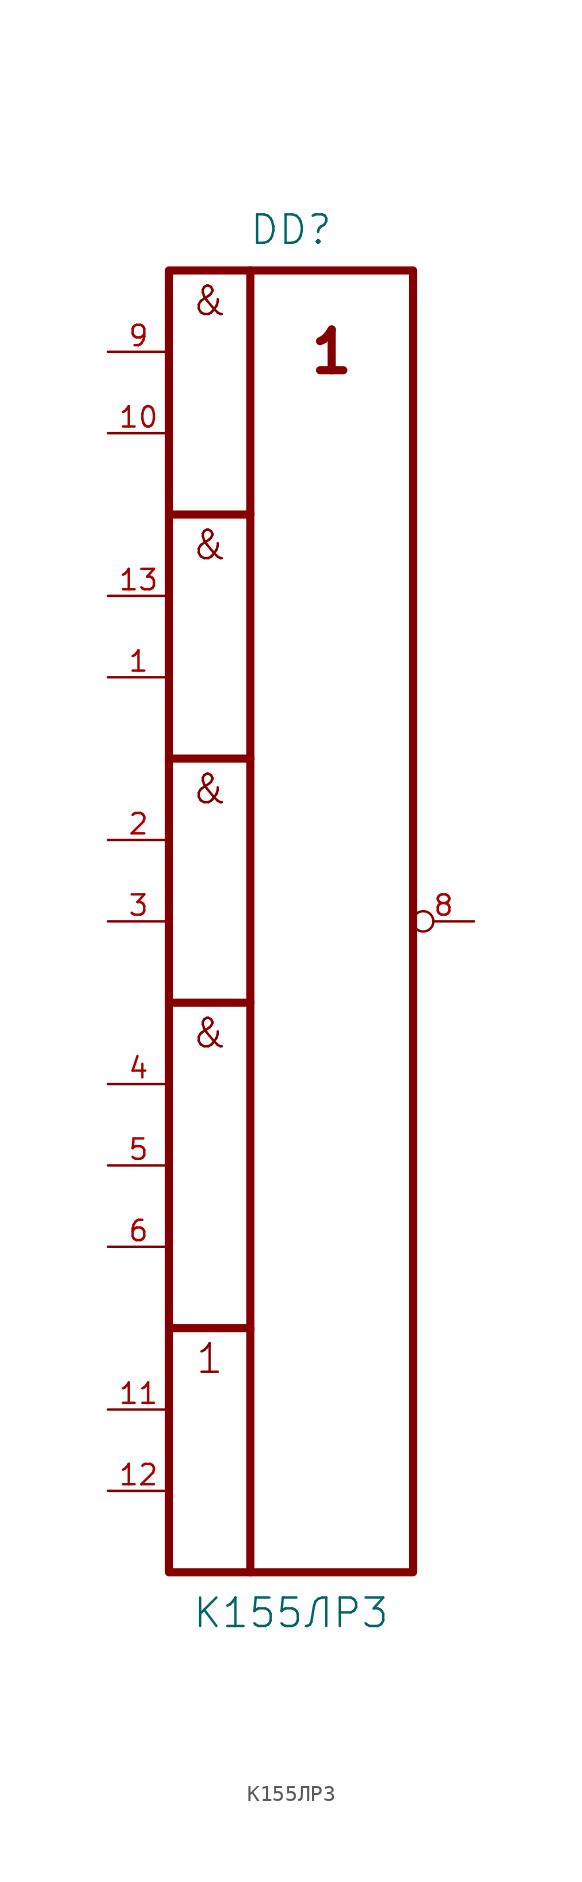
<source format=kicad_sym>
(kicad_symbol_lib
  (version 20211014)
  (generator kicad_symbol_editor)
  (symbol "К155ЛР3"
    (pin_names
      (offset 1.27))
    (property "Reference" "DD"
      (at 0 43.18 0)
      (effects (font (size 1.778 1.778))))
    (property "Value" "К155ЛР3"
      (at 0 -43.18 0)
      (effects (font (size 1.778 1.778))))
    (symbol "К155ЛР3_0_0"
      (text "&" (at -5.08 -6.985 0) (effects (font (size 1.778 1.778))))
      (text "&" (at -5.08 8.255 0) (effects (font (size 1.778 1.778))))
      (text "&" (at -5.08 23.495 0) (effects (font (size 1.778 1.778))))
      (text "&" (at -5.08 38.735 0) (effects (font (size 1.778 1.778))))
      (text "1" (at -5.08 -27.305 0) (effects (font (size 1.778 1.778))))
      (text "1" (at 2.54 35.56 0) (effects (font (size 2.54 2.54) bold))))
    (symbol "К155ЛР3_0_1"
      (rectangle (start -7.62 40.64) (end 7.62 -40.64) (stroke (width 0.508) (type default) (color 0 0 0 0)) (fill (type none)))
      (polyline (pts (xy -7.62 -25.4) (xy -2.54 -25.4)) (stroke (width 0.508) (type default) (color 0 0 0 0)) (fill (type none)))
      (polyline (pts (xy -7.62 -5.08) (xy -2.54 -5.08)) (stroke (width 0.508) (type default) (color 0 0 0 0)) (fill (type none)))
      (polyline (pts (xy -7.62 10.16) (xy -2.54 10.16)) (stroke (width 0.508) (type default) (color 0 0 0 0)) (fill (type none)))
      (polyline (pts (xy -7.62 25.4) (xy -2.54 25.4)) (stroke (width 0.508) (type default) (color 0 0 0 0)) (fill (type none)))
      (polyline (pts (xy -2.54 40.64) (xy -2.54 -40.64)) (stroke (width 0.508) (type default) (color 0 0 0 0)) (fill (type none)))
      (pin input line (at -11.43 15.24 0) (length 3.81) (name "~" (effects (font (size 1.778 1.778)))) (number "1" (effects (font (size 1.27 1.27)))))
      (pin input line (at -11.43 30.48 0) (length 3.81) (name "~" (effects (font (size 1.778 1.778)))) (number "10" (effects (font (size 1.27 1.27)))))
      (pin input line (at -11.43 -30.48 0) (length 3.81) (name "~" (effects (font (size 1.778 1.778)))) (number "11" (effects (font (size 1.27 1.27)))))
      (pin input line (at -11.43 -35.56 0) (length 3.81) (name "~" (effects (font (size 1.778 1.778)))) (number "12" (effects (font (size 1.27 1.27)))))
      (pin input line (at -11.43 20.32 0) (length 3.81) (name "~" (effects (font (size 1.778 1.778)))) (number "13" (effects (font (size 1.27 1.27)))))
      (pin power_in non_logic (at 11.43 38.1 180) (length 3.81) hide (name "VCC" (effects (font (size 1.27 1.27)))) (number "14" (effects (font (size 1.27 1.27)))))
      (pin input line (at -11.43 5.08 0) (length 3.81) (name "~" (effects (font (size 1.778 1.778)))) (number "2" (effects (font (size 1.27 1.27)))))
      (pin input line (at -11.43 0 0) (length 3.81) (name "~" (effects (font (size 1.778 1.778)))) (number "3" (effects (font (size 1.27 1.27)))))
      (pin input line (at -11.43 -10.16 0) (length 3.81) (name "~" (effects (font (size 1.778 1.778)))) (number "4" (effects (font (size 1.27 1.27)))))
      (pin input line (at -11.43 -15.24 0) (length 3.81) (name "~" (effects (font (size 1.778 1.778)))) (number "5" (effects (font (size 1.27 1.27)))))
      (pin input line (at -11.43 -20.32 0) (length 3.81) (name "~" (effects (font (size 1.778 1.778)))) (number "6" (effects (font (size 1.27 1.27)))))
      (pin power_in non_logic (at 11.43 -38.1 180) (length 3.81) hide (name "GND" (effects (font (size 1.27 1.27)))) (number "7" (effects (font (size 1.27 1.27)))))
      (pin input line (at -11.43 35.56 0) (length 3.81) (name "~" (effects (font (size 1.778 1.778)))) (number "9" (effects (font (size 1.27 1.27))))))
    (symbol "К155ЛР3_1_1"
      (pin output inverted (at 11.43 0 180) (length 3.81) (name "~" (effects (font (size 1.778 1.778)))) (number "8" (effects (font (size 1.27 1.27))))))))
</source>
